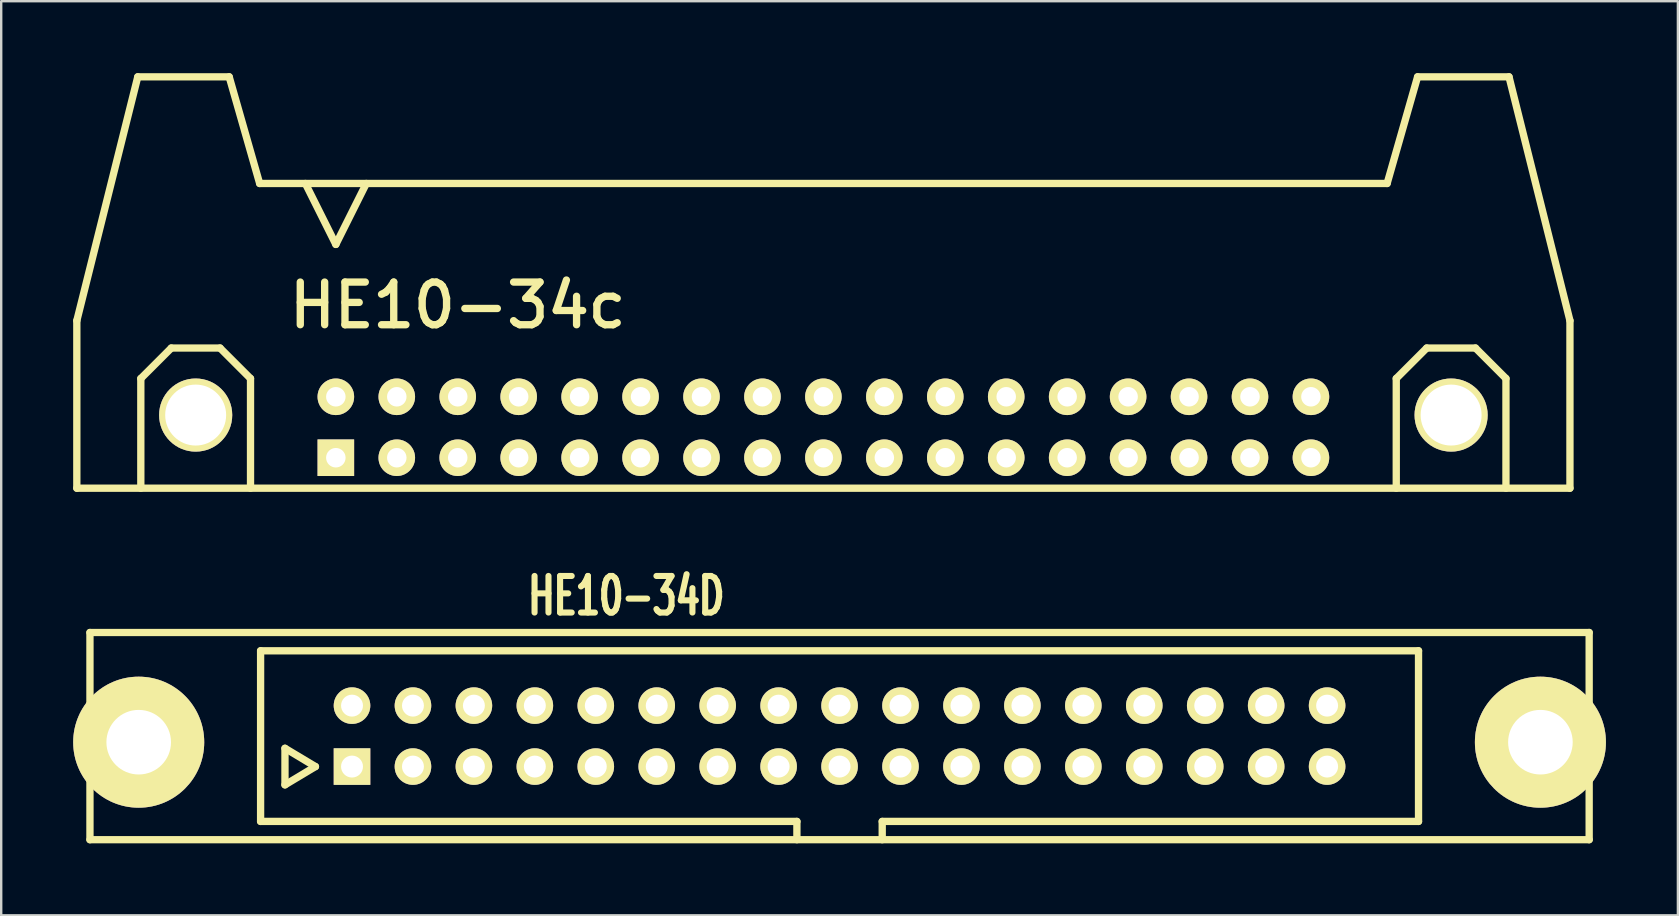
<source format=kicad_pcb>
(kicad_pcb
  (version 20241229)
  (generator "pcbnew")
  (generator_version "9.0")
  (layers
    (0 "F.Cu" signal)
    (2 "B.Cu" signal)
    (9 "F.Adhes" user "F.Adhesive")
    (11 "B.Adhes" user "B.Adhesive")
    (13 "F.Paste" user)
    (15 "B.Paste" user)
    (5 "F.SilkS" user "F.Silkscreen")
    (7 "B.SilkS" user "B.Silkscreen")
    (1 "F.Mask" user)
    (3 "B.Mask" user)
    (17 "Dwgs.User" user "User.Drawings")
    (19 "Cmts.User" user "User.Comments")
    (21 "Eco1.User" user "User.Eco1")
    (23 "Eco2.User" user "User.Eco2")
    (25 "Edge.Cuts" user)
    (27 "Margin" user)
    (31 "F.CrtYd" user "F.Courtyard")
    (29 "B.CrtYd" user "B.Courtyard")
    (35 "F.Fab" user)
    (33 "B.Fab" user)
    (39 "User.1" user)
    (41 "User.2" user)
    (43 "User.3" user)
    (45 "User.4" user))
  (footprint "HE10-34c"
    (layer "F.Cu")
    (at 31.267 14.757)
    (property "Reference" "HE10-34c" (at -15.24 -5.08 0) (layer "F.SilkS") (effects (font (size 1.778 1.778) (thickness 0.305))))
    (attr through_hole)
    (fp_line (start -31.115 -4.445) (end -31.115 2.54) (stroke (width 0.305) (type solid)) (layer "F.SilkS"))
    (fp_line (start -31.115 2.54) (end 31.115 2.54) (stroke (width 0.305) (type solid)) (layer "F.SilkS"))
    (fp_line (start -28.575 -14.605) (end -31.115 -4.445) (stroke (width 0.305) (type solid)) (layer "F.SilkS"))
    (fp_line (start -28.575 -14.605) (end -24.765 -14.605) (stroke (width 0.305) (type solid)) (layer "F.SilkS"))
    (fp_line (start -28.448 -2.032) (end -27.178 -3.302) (stroke (width 0.305) (type solid)) (layer "F.SilkS"))
    (fp_line (start -28.448 2.54) (end -28.448 -2.032) (stroke (width 0.305) (type solid)) (layer "F.SilkS"))
    (fp_line (start -27.178 -3.302) (end -25.146 -3.302) (stroke (width 0.305) (type solid)) (layer "F.SilkS"))
    (fp_line (start -25.146 -3.302) (end -23.876 -2.032) (stroke (width 0.305) (type solid)) (layer "F.SilkS"))
    (fp_line (start -24.765 -14.605) (end -23.495 -10.16) (stroke (width 0.305) (type solid)) (layer "F.SilkS"))
    (fp_line (start -23.876 2.54) (end -23.876 -2.032) (stroke (width 0.305) (type solid)) (layer "F.SilkS"))
    (fp_line (start -23.495 -10.16) (end 23.495 -10.16) (stroke (width 0.305) (type solid)) (layer "F.SilkS"))
    (fp_line (start -21.59 -10.16) (end -20.32 -7.62) (stroke (width 0.305) (type solid)) (layer "F.SilkS"))
    (fp_line (start -20.32 -7.62) (end -19.05 -10.16) (stroke (width 0.305) (type solid)) (layer "F.SilkS"))
    (fp_line (start 23.876 -2.032) (end 25.146 -3.302) (stroke (width 0.305) (type solid)) (layer "F.SilkS"))
    (fp_line (start 23.876 2.54) (end 23.876 -2.032) (stroke (width 0.305) (type solid)) (layer "F.SilkS"))
    (fp_line (start 24.765 -14.605) (end 23.495 -10.16) (stroke (width 0.305) (type solid)) (layer "F.SilkS"))
    (fp_line (start 25.146 -3.302) (end 27.178 -3.302) (stroke (width 0.305) (type solid)) (layer "F.SilkS"))
    (fp_line (start 27.178 -3.302) (end 28.448 -2.032) (stroke (width 0.305) (type solid)) (layer "F.SilkS"))
    (fp_line (start 28.448 -2.032) (end 28.448 2.54) (stroke (width 0.305) (type solid)) (layer "F.SilkS"))
    (fp_line (start 28.575 -14.605) (end 24.765 -14.605) (stroke (width 0.305) (type solid)) (layer "F.SilkS"))
    (fp_line (start 31.115 -4.445) (end 28.575 -14.605) (stroke (width 0.305) (type solid)) (layer "F.SilkS"))
    (fp_line (start 31.115 2.54) (end 31.115 -4.445) (stroke (width 0.305) (type solid)) (layer "F.SilkS"))
    (pad "0" thru_hole circle (at -26.162 -0.508) (size 3.048 3.048) (drill 2.54) (layers "*.Cu" "*.Mask" "F.SilkS"))
    (pad "0" thru_hole circle (at 26.162 -0.508) (size 3.048 3.048) (drill 2.54) (layers "*.Cu" "*.Mask" "F.SilkS"))
    (pad "1" thru_hole rect (at -20.32 1.27) (size 1.524 1.524) (drill 0.813) (layers "*.Cu" "*.Mask" "F.SilkS"))
    (pad "2" thru_hole circle (at -20.32 -1.27) (size 1.524 1.524) (drill 0.813) (layers "*.Cu" "*.Mask" "F.SilkS"))
    (pad "3" thru_hole circle (at -17.78 1.27) (size 1.524 1.524) (drill 0.813) (layers "*.Cu" "*.Mask" "F.SilkS"))
    (pad "4" thru_hole circle (at -17.78 -1.27) (size 1.524 1.524) (drill 0.813) (layers "*.Cu" "*.Mask" "F.SilkS"))
    (pad "5" thru_hole circle (at -15.24 1.27) (size 1.524 1.524) (drill 0.813) (layers "*.Cu" "*.Mask" "F.SilkS"))
    (pad "6" thru_hole circle (at -15.24 -1.27) (size 1.524 1.524) (drill 0.813) (layers "*.Cu" "*.Mask" "F.SilkS"))
    (pad "7" thru_hole circle (at -12.7 1.27) (size 1.524 1.524) (drill 0.813) (layers "*.Cu" "*.Mask" "F.SilkS"))
    (pad "8" thru_hole circle (at -12.7 -1.27) (size 1.524 1.524) (drill 0.813) (layers "*.Cu" "*.Mask" "F.SilkS"))
    (pad "9" thru_hole circle (at -10.16 1.27) (size 1.524 1.524) (drill 0.813) (layers "*.Cu" "*.Mask" "F.SilkS"))
    (pad "10" thru_hole circle (at -10.16 -1.27) (size 1.524 1.524) (drill 0.813) (layers "*.Cu" "*.Mask" "F.SilkS"))
    (pad "11" thru_hole circle (at -7.62 1.27) (size 1.524 1.524) (drill 0.813) (layers "*.Cu" "*.Mask" "F.SilkS"))
    (pad "12" thru_hole circle (at -7.62 -1.27) (size 1.524 1.524) (drill 0.813) (layers "*.Cu" "*.Mask" "F.SilkS"))
    (pad "13" thru_hole circle (at -5.08 1.27) (size 1.524 1.524) (drill 0.813) (layers "*.Cu" "*.Mask" "F.SilkS"))
    (pad "14" thru_hole circle (at -5.08 -1.27) (size 1.524 1.524) (drill 0.813) (layers "*.Cu" "*.Mask" "F.SilkS"))
    (pad "15" thru_hole circle (at -2.54 1.27) (size 1.524 1.524) (drill 0.813) (layers "*.Cu" "*.Mask" "F.SilkS"))
    (pad "16" thru_hole circle (at -2.54 -1.27) (size 1.524 1.524) (drill 0.813) (layers "*.Cu" "*.Mask" "F.SilkS"))
    (pad "17" thru_hole circle (at 0 1.27) (size 1.524 1.524) (drill 0.813) (layers "*.Cu" "*.Mask" "F.SilkS"))
    (pad "18" thru_hole circle (at 0 -1.27) (size 1.524 1.524) (drill 0.813) (layers "*.Cu" "*.Mask" "F.SilkS"))
    (pad "19" thru_hole circle (at 2.54 1.27) (size 1.524 1.524) (drill 0.813) (layers "*.Cu" "*.Mask" "F.SilkS"))
    (pad "20" thru_hole circle (at 2.54 -1.27) (size 1.524 1.524) (drill 0.813) (layers "*.Cu" "*.Mask" "F.SilkS"))
    (pad "21" thru_hole circle (at 5.08 1.27) (size 1.524 1.524) (drill 0.813) (layers "*.Cu" "*.Mask" "F.SilkS"))
    (pad "22" thru_hole circle (at 5.08 -1.27) (size 1.524 1.524) (drill 0.813) (layers "*.Cu" "*.Mask" "F.SilkS"))
    (pad "23" thru_hole circle (at 7.62 1.27) (size 1.524 1.524) (drill 0.813) (layers "*.Cu" "*.Mask" "F.SilkS"))
    (pad "24" thru_hole circle (at 7.62 -1.27) (size 1.524 1.524) (drill 0.813) (layers "*.Cu" "*.Mask" "F.SilkS"))
    (pad "25" thru_hole circle (at 10.16 1.27) (size 1.524 1.524) (drill 0.813) (layers "*.Cu" "*.Mask" "F.SilkS"))
    (pad "26" thru_hole circle (at 10.16 -1.27) (size 1.524 1.524) (drill 0.813) (layers "*.Cu" "*.Mask" "F.SilkS"))
    (pad "27" thru_hole circle (at 12.7 1.27) (size 1.524 1.524) (drill 0.813) (layers "*.Cu" "*.Mask" "F.SilkS"))
    (pad "28" thru_hole circle (at 12.7 -1.27) (size 1.524 1.524) (drill 0.813) (layers "*.Cu" "*.Mask" "F.SilkS"))
    (pad "29" thru_hole circle (at 15.24 1.27) (size 1.524 1.524) (drill 0.813) (layers "*.Cu" "*.Mask" "F.SilkS"))
    (pad "30" thru_hole circle (at 15.24 -1.27) (size 1.524 1.524) (drill 0.813) (layers "*.Cu" "*.Mask" "F.SilkS"))
    (pad "31" thru_hole circle (at 17.78 1.27) (size 1.524 1.524) (drill 0.813) (layers "*.Cu" "*.Mask" "F.SilkS"))
    (pad "32" thru_hole circle (at 17.78 -1.27) (size 1.524 1.524) (drill 0.813) (layers "*.Cu" "*.Mask" "F.SilkS"))
    (pad "33" thru_hole circle (at 20.32 1.27) (size 1.524 1.524) (drill 0.813) (layers "*.Cu" "*.Mask" "F.SilkS"))
    (pad "34" thru_hole circle (at 20.32 -1.27) (size 1.524 1.524) (drill 0.813) (layers "*.Cu" "*.Mask" "F.SilkS")))
  (footprint "HE10-34D"
    (layer "F.Cu")
    (at 31.941 27.629)
    (property "Reference" "HE10-34D" (at -8.89 -5.842 0) (layer "F.SilkS") (effects (font (size 1.524 1.016) (thickness 0.254))))
    (attr through_hole)
    (fp_line (start -31.242 -4.318) (end -31.242 4.318) (stroke (width 0.305) (type solid)) (layer "F.SilkS"))
    (fp_line (start -31.242 4.318) (end 31.242 4.318) (stroke (width 0.305) (type solid)) (layer "F.SilkS"))
    (fp_line (start -24.13 -3.556) (end 24.13 -3.556) (stroke (width 0.305) (type solid)) (layer "F.SilkS"))
    (fp_line (start -24.13 3.556) (end -24.13 -3.556) (stroke (width 0.305) (type solid)) (layer "F.SilkS"))
    (fp_line (start -23.114 0.508) (end -23.114 2.032) (stroke (width 0.305) (type solid)) (layer "F.SilkS"))
    (fp_line (start -23.114 2.032) (end -21.844 1.27) (stroke (width 0.305) (type solid)) (layer "F.SilkS"))
    (fp_line (start -21.844 1.27) (end -23.114 0.508) (stroke (width 0.305) (type solid)) (layer "F.SilkS"))
    (fp_line (start -1.778 3.556) (end -24.13 3.556) (stroke (width 0.305) (type solid)) (layer "F.SilkS"))
    (fp_line (start -1.778 4.318) (end -1.778 3.556) (stroke (width 0.305) (type solid)) (layer "F.SilkS"))
    (fp_line (start 1.778 3.556) (end 1.778 4.318) (stroke (width 0.305) (type solid)) (layer "F.SilkS"))
    (fp_line (start 24.13 -3.556) (end 24.13 3.556) (stroke (width 0.305) (type solid)) (layer "F.SilkS"))
    (fp_line (start 24.13 3.556) (end 1.778 3.556) (stroke (width 0.305) (type solid)) (layer "F.SilkS"))
    (fp_line (start 31.242 -4.318) (end -31.242 -4.318) (stroke (width 0.305) (type solid)) (layer "F.SilkS"))
    (fp_line (start 31.242 4.318) (end 31.242 -4.318) (stroke (width 0.305) (type solid)) (layer "F.SilkS"))
    (pad "" thru_hole circle (at -29.21 0.254) (size 5.461 5.461) (drill 2.692) (layers "*.Cu" "*.Mask" "F.SilkS"))
    (pad "" thru_hole circle (at 29.21 0.254) (size 5.461 5.461) (drill 2.692) (layers "*.Cu" "*.Mask" "F.SilkS"))
    (pad "1" thru_hole rect (at -20.32 1.27) (size 1.524 1.524) (drill 0.914) (layers "*.Cu" "*.Mask" "F.SilkS"))
    (pad "2" thru_hole circle (at -20.32 -1.27) (size 1.524 1.524) (drill 0.914) (layers "*.Cu" "*.Mask" "F.SilkS"))
    (pad "3" thru_hole circle (at -17.78 1.27) (size 1.524 1.524) (drill 0.914) (layers "*.Cu" "*.Mask" "F.SilkS"))
    (pad "4" thru_hole circle (at -17.78 -1.27) (size 1.524 1.524) (drill 0.914) (layers "*.Cu" "*.Mask" "F.SilkS"))
    (pad "5" thru_hole circle (at -15.24 1.27) (size 1.524 1.524) (drill 0.914) (layers "*.Cu" "*.Mask" "F.SilkS"))
    (pad "6" thru_hole circle (at -15.24 -1.27) (size 1.524 1.524) (drill 0.914) (layers "*.Cu" "*.Mask" "F.SilkS"))
    (pad "7" thru_hole circle (at -12.7 1.27) (size 1.524 1.524) (drill 0.914) (layers "*.Cu" "*.Mask" "F.SilkS"))
    (pad "8" thru_hole circle (at -12.7 -1.27) (size 1.524 1.524) (drill 0.914) (layers "*.Cu" "*.Mask" "F.SilkS"))
    (pad "9" thru_hole circle (at -10.16 1.27) (size 1.524 1.524) (drill 0.914) (layers "*.Cu" "*.Mask" "F.SilkS"))
    (pad "10" thru_hole circle (at -10.16 -1.27) (size 1.524 1.524) (drill 0.914) (layers "*.Cu" "*.Mask" "F.SilkS"))
    (pad "11" thru_hole circle (at -7.62 1.27) (size 1.524 1.524) (drill 0.914) (layers "*.Cu" "*.Mask" "F.SilkS"))
    (pad "12" thru_hole circle (at -7.62 -1.27) (size 1.524 1.524) (drill 0.914) (layers "*.Cu" "*.Mask" "F.SilkS"))
    (pad "13" thru_hole circle (at -5.08 1.27) (size 1.524 1.524) (drill 0.914) (layers "*.Cu" "*.Mask" "F.SilkS"))
    (pad "14" thru_hole circle (at -5.08 -1.27) (size 1.524 1.524) (drill 0.914) (layers "*.Cu" "*.Mask" "F.SilkS"))
    (pad "15" thru_hole circle (at -2.54 1.27) (size 1.524 1.524) (drill 0.914) (layers "*.Cu" "*.Mask" "F.SilkS"))
    (pad "16" thru_hole circle (at -2.54 -1.27) (size 1.524 1.524) (drill 0.914) (layers "*.Cu" "*.Mask" "F.SilkS"))
    (pad "17" thru_hole circle (at 0 1.27) (size 1.524 1.524) (drill 0.914) (layers "*.Cu" "*.Mask" "F.SilkS"))
    (pad "18" thru_hole circle (at 0 -1.27) (size 1.524 1.524) (drill 0.914) (layers "*.Cu" "*.Mask" "F.SilkS"))
    (pad "19" thru_hole circle (at 2.54 1.27) (size 1.524 1.524) (drill 0.914) (layers "*.Cu" "*.Mask" "F.SilkS"))
    (pad "20" thru_hole circle (at 2.54 -1.27) (size 1.524 1.524) (drill 0.914) (layers "*.Cu" "*.Mask" "F.SilkS"))
    (pad "21" thru_hole circle (at 5.08 1.27) (size 1.524 1.524) (drill 0.914) (layers "*.Cu" "*.Mask" "F.SilkS"))
    (pad "22" thru_hole circle (at 5.08 -1.27) (size 1.524 1.524) (drill 0.914) (layers "*.Cu" "*.Mask" "F.SilkS"))
    (pad "23" thru_hole circle (at 7.62 1.27) (size 1.524 1.524) (drill 0.914) (layers "*.Cu" "*.Mask" "F.SilkS"))
    (pad "24" thru_hole circle (at 7.62 -1.27) (size 1.524 1.524) (drill 0.914) (layers "*.Cu" "*.Mask" "F.SilkS"))
    (pad "25" thru_hole circle (at 10.16 1.27) (size 1.524 1.524) (drill 0.914) (layers "*.Cu" "*.Mask" "F.SilkS"))
    (pad "26" thru_hole circle (at 10.16 -1.27) (size 1.524 1.524) (drill 0.914) (layers "*.Cu" "*.Mask" "F.SilkS"))
    (pad "27" thru_hole circle (at 12.7 1.27) (size 1.524 1.524) (drill 0.914) (layers "*.Cu" "*.Mask" "F.SilkS"))
    (pad "28" thru_hole circle (at 12.7 -1.27) (size 1.524 1.524) (drill 0.914) (layers "*.Cu" "*.Mask" "F.SilkS"))
    (pad "29" thru_hole circle (at 15.24 1.27) (size 1.524 1.524) (drill 0.914) (layers "*.Cu" "*.Mask" "F.SilkS"))
    (pad "30" thru_hole circle (at 15.24 -1.27) (size 1.524 1.524) (drill 0.914) (layers "*.Cu" "*.Mask" "F.SilkS"))
    (pad "31" thru_hole circle (at 17.78 1.27) (size 1.524 1.524) (drill 0.914) (layers "*.Cu" "*.Mask" "F.SilkS"))
    (pad "32" thru_hole circle (at 17.78 -1.27) (size 1.524 1.524) (drill 0.914) (layers "*.Cu" "*.Mask" "F.SilkS"))
    (pad "33" thru_hole circle (at 20.32 1.27) (size 1.524 1.524) (drill 0.914) (layers "*.Cu" "*.Mask" "F.SilkS"))
    (pad "34" thru_hole circle (at 20.32 -1.27) (size 1.524 1.524) (drill 0.914) (layers "*.Cu" "*.Mask" "F.SilkS")))
  (gr_rect
    (start -3 -3)
    (end 66.881 35.1)
    (stroke (width 0.1) (type default))
    (fill no)
    (layer "Edge.Cuts")))
</source>
